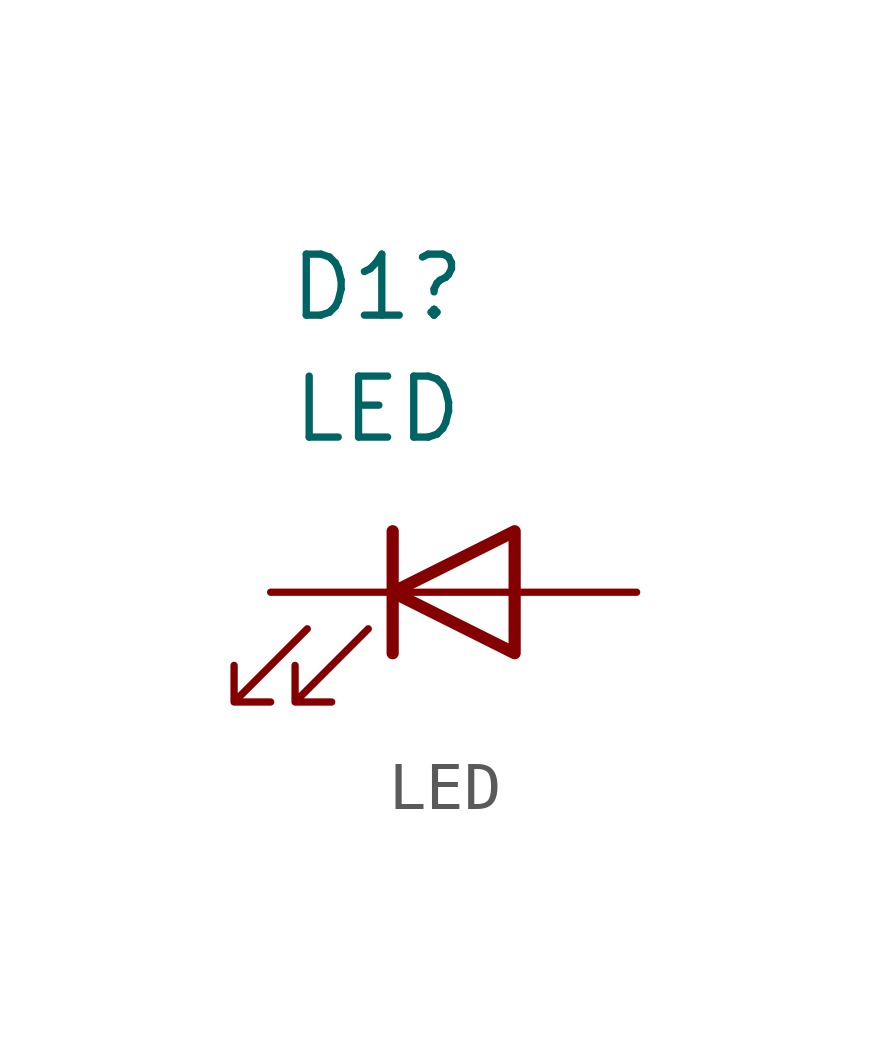
<source format=kicad_sym>
(kicad_symbol_lib
  (version 20231120)
  (generator "kicad_symbol_editor")
  (generator_version "8.0")
  (symbol "LED"
    (pin_numbers hide)
    (pin_names
      (offset 1.016) hide)
    (property "Reference" "D1"
      (at -1.587 6.35 0)
      (effects (font (size 1.27 1.27))))
    (property "Value" "LED"
      (at -1.587 3.81 0)
      (effects (font (size 1.27 1.27))))
    (symbol "LED_0_1"
      (polyline (pts (xy -1.27 -1.27) (xy -1.27 1.27)) (stroke (width 0.254) (type default)) (fill (type none)))
      (polyline (pts (xy -1.27 0) (xy 1.27 0)) (stroke (width 0) (type default)) (fill (type none)))
      (polyline (pts (xy 1.27 -1.27) (xy 1.27 1.27) (xy -1.27 0) (xy 1.27 -1.27)) (stroke (width 0.254) (type default)) (fill (type none)))
      (polyline (pts (xy -3.048 -0.762) (xy -4.572 -2.286) (xy -3.81 -2.286) (xy -4.572 -2.286) (xy -4.572 -1.524)) (stroke (width 0) (type default)) (fill (type none)))
      (polyline (pts (xy -1.778 -0.762) (xy -3.302 -2.286) (xy -2.54 -2.286) (xy -3.302 -2.286) (xy -3.302 -1.524)) (stroke (width 0) (type default)) (fill (type none))))
    (symbol "LED_1_1"
      (pin passive line (at -3.81 0 0) (length 2.54) (name "K" (effects (font (size 1.27 1.27)))) (number "1" (effects (font (size 1.27 1.27)))))
      (pin passive line (at 3.81 0 180) (length 2.54) (name "A" (effects (font (size 1.27 1.27)))) (number "2" (effects (font (size 1.27 1.27))))))))
</source>
